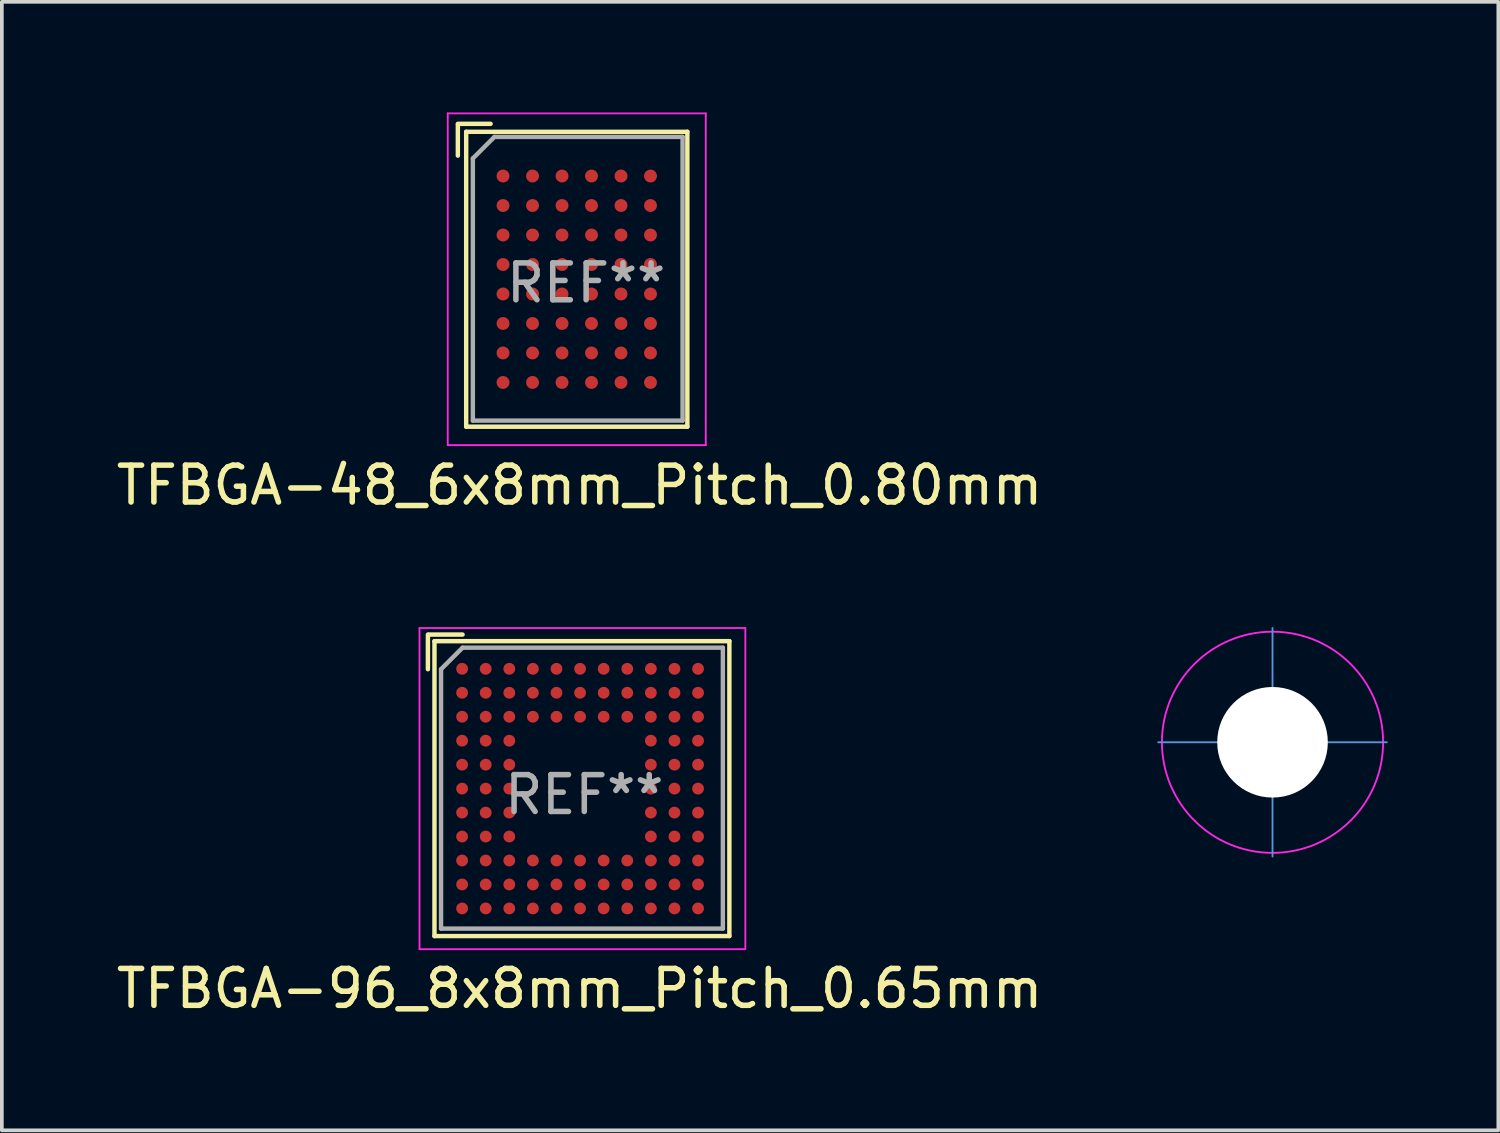
<source format=kicad_pcb>
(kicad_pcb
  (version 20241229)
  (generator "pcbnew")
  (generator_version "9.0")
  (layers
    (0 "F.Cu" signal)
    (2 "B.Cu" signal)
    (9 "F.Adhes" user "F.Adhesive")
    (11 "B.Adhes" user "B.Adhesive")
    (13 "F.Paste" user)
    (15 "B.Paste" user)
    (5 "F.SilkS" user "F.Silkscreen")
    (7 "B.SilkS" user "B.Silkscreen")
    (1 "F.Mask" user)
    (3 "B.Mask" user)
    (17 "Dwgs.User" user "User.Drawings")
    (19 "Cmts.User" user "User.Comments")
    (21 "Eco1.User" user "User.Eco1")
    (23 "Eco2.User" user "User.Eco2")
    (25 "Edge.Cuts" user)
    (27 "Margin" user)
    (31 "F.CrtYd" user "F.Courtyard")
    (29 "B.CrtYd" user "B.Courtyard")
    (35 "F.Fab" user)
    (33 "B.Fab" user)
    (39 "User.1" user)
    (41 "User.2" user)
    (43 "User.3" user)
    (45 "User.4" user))
  (footprint "TFBGA-96_8x8mm_Pitch_0.65mm"
    (layer "F.Cu")
    (at 12.673 18.33)
    (property "Reference" "TFBGA-96_8x8mm_Pitch_0.65mm" (at 0 5.436 0) (layer "F.SilkS") (effects (font (size 1 1) (thickness 0.15))))
    (attr smd)
    (fp_line (start -4.115 -3.226) (end -4.115 -4.166) (stroke (width 0.12) (type solid)) (layer "F.SilkS"))
    (fp_line (start -3.937 -3.987) (end -3.937 4.013) (stroke (width 0.12) (type solid)) (layer "F.SilkS"))
    (fp_line (start -3.937 -3.987) (end 4.063 -3.987) (stroke (width 0.12) (type solid)) (layer "F.SilkS"))
    (fp_line (start -3.937 4.013) (end 4.063 4.013) (stroke (width 0.12) (type solid)) (layer "F.SilkS"))
    (fp_line (start -3.175 -4.166) (end -4.089 -4.166) (stroke (width 0.12) (type solid)) (layer "F.SilkS"))
    (fp_line (start 4.063 4.013) (end 4.063 -3.987) (stroke (width 0.12) (type solid)) (layer "F.SilkS"))
    (fp_line (start -4.343 -4.343) (end -4.343 4.369) (stroke (width 0.05) (type solid)) (layer "F.CrtYd"))
    (fp_line (start -4.343 4.369) (end 4.496 4.369) (stroke (width 0.05) (type solid)) (layer "F.CrtYd"))
    (fp_line (start 4.496 -4.343) (end -4.343 -4.343) (stroke (width 0.05) (type solid)) (layer "F.CrtYd"))
    (fp_line (start 4.496 4.343) (end 4.496 -4.343) (stroke (width 0.05) (type solid)) (layer "F.CrtYd"))
    (fp_line (start -3.759 -3.226) (end -3.759 3.81) (stroke (width 0.12) (type solid)) (layer "F.Fab"))
    (fp_line (start -3.759 3.81) (end 3.886 3.81) (stroke (width 0.12) (type solid)) (layer "F.Fab"))
    (fp_line (start -3.175 -3.81) (end -3.759 -3.226) (stroke (width 0.12) (type solid)) (layer "F.Fab"))
    (fp_line (start 3.886 -3.81) (end -3.175 -3.81) (stroke (width 0.12) (type solid)) (layer "F.Fab"))
    (fp_line (start 3.886 3.81) (end 3.886 -3.81) (stroke (width 0.12) (type solid)) (layer "F.Fab"))
    (fp_text user "REF**" (at 0.127 0.178 0) (layer "F.Fab") (effects (font (size 1 1) (thickness 0.15))))
    (pad "A1" smd circle (at -3.187 -3.237) (size 0.32 0.32) (layers "F.Cu" "F.Mask" "F.Paste"))
    (pad "A2" smd circle (at -2.547 -3.237) (size 0.32 0.32) (layers "F.Cu" "F.Mask" "F.Paste"))
    (pad "A3" smd circle (at -1.907 -3.237) (size 0.32 0.32) (layers "F.Cu" "F.Mask" "F.Paste"))
    (pad "A4" smd circle (at -1.267 -3.237) (size 0.32 0.32) (layers "F.Cu" "F.Mask" "F.Paste"))
    (pad "A5" smd circle (at -0.627 -3.237) (size 0.32 0.32) (layers "F.Cu" "F.Mask" "F.Paste"))
    (pad "A6" smd circle (at 0.013 -3.237) (size 0.32 0.32) (layers "F.Cu" "F.Mask" "F.Paste"))
    (pad "A7" smd circle (at 0.653 -3.237) (size 0.32 0.32) (layers "F.Cu" "F.Mask" "F.Paste"))
    (pad "A8" smd circle (at 1.293 -3.237) (size 0.32 0.32) (layers "F.Cu" "F.Mask" "F.Paste"))
    (pad "A9" smd circle (at 1.933 -3.237) (size 0.32 0.32) (layers "F.Cu" "F.Mask" "F.Paste"))
    (pad "A10" smd circle (at 2.573 -3.237) (size 0.32 0.32) (layers "F.Cu" "F.Mask" "F.Paste"))
    (pad "A11" smd circle (at 3.213 -3.237) (size 0.32 0.32) (layers "F.Cu" "F.Mask" "F.Paste"))
    (pad "B1" smd circle (at -3.187 -2.587) (size 0.32 0.32) (layers "F.Cu" "F.Mask" "F.Paste"))
    (pad "B2" smd circle (at -2.547 -2.587) (size 0.32 0.32) (layers "F.Cu" "F.Mask" "F.Paste"))
    (pad "B3" smd circle (at -1.907 -2.587) (size 0.32 0.32) (layers "F.Cu" "F.Mask" "F.Paste"))
    (pad "B4" smd circle (at -1.267 -2.587) (size 0.32 0.32) (layers "F.Cu" "F.Mask" "F.Paste"))
    (pad "B5" smd circle (at -0.627 -2.587) (size 0.32 0.32) (layers "F.Cu" "F.Mask" "F.Paste"))
    (pad "B6" smd circle (at 0.013 -2.587) (size 0.32 0.32) (layers "F.Cu" "F.Mask" "F.Paste"))
    (pad "B7" smd circle (at 0.653 -2.587) (size 0.32 0.32) (layers "F.Cu" "F.Mask" "F.Paste"))
    (pad "B8" smd circle (at 1.293 -2.587) (size 0.32 0.32) (layers "F.Cu" "F.Mask" "F.Paste"))
    (pad "B9" smd circle (at 1.933 -2.587) (size 0.32 0.32) (layers "F.Cu" "F.Mask" "F.Paste"))
    (pad "B10" smd circle (at 2.573 -2.587) (size 0.32 0.32) (layers "F.Cu" "F.Mask" "F.Paste"))
    (pad "B11" smd circle (at 3.213 -2.587) (size 0.32 0.32) (layers "F.Cu" "F.Mask" "F.Paste"))
    (pad "C1" smd circle (at -3.187 -1.937) (size 0.32 0.32) (layers "F.Cu" "F.Mask" "F.Paste"))
    (pad "C2" smd circle (at -2.547 -1.937) (size 0.32 0.32) (layers "F.Cu" "F.Mask" "F.Paste"))
    (pad "C3" smd circle (at -1.907 -1.937) (size 0.32 0.32) (layers "F.Cu" "F.Mask" "F.Paste"))
    (pad "C4" smd circle (at -1.267 -1.937) (size 0.32 0.32) (layers "F.Cu" "F.Mask" "F.Paste"))
    (pad "C5" smd circle (at -0.627 -1.937) (size 0.32 0.32) (layers "F.Cu" "F.Mask" "F.Paste"))
    (pad "C6" smd circle (at 0.013 -1.937) (size 0.32 0.32) (layers "F.Cu" "F.Mask" "F.Paste"))
    (pad "C7" smd circle (at 0.653 -1.937) (size 0.32 0.32) (layers "F.Cu" "F.Mask" "F.Paste"))
    (pad "C8" smd circle (at 1.293 -1.937) (size 0.32 0.32) (layers "F.Cu" "F.Mask" "F.Paste"))
    (pad "C9" smd circle (at 1.933 -1.937) (size 0.32 0.32) (layers "F.Cu" "F.Mask" "F.Paste"))
    (pad "C10" smd circle (at 2.573 -1.937) (size 0.32 0.32) (layers "F.Cu" "F.Mask" "F.Paste"))
    (pad "C11" smd circle (at 3.213 -1.937) (size 0.32 0.32) (layers "F.Cu" "F.Mask" "F.Paste"))
    (pad "D1" smd circle (at -3.187 -1.287) (size 0.32 0.32) (layers "F.Cu" "F.Mask" "F.Paste"))
    (pad "D2" smd circle (at -2.547 -1.287) (size 0.32 0.32) (layers "F.Cu" "F.Mask" "F.Paste"))
    (pad "D3" smd circle (at -1.907 -1.287) (size 0.32 0.32) (layers "F.Cu" "F.Mask" "F.Paste"))
    (pad "D9" smd circle (at 1.933 -1.287) (size 0.32 0.32) (layers "F.Cu" "F.Mask" "F.Paste"))
    (pad "D10" smd circle (at 2.573 -1.287) (size 0.32 0.32) (layers "F.Cu" "F.Mask" "F.Paste"))
    (pad "D11" smd circle (at 3.213 -1.287) (size 0.32 0.32) (layers "F.Cu" "F.Mask" "F.Paste"))
    (pad "E1" smd circle (at -3.187 -0.637) (size 0.32 0.32) (layers "F.Cu" "F.Mask" "F.Paste"))
    (pad "E2" smd circle (at -2.547 -0.637) (size 0.32 0.32) (layers "F.Cu" "F.Mask" "F.Paste"))
    (pad "E3" smd circle (at -1.907 -0.637) (size 0.32 0.32) (layers "F.Cu" "F.Mask" "F.Paste"))
    (pad "E9" smd circle (at 1.933 -0.637) (size 0.32 0.32) (layers "F.Cu" "F.Mask" "F.Paste"))
    (pad "E10" smd circle (at 2.573 -0.637) (size 0.32 0.32) (layers "F.Cu" "F.Mask" "F.Paste"))
    (pad "E11" smd circle (at 3.213 -0.637) (size 0.32 0.32) (layers "F.Cu" "F.Mask" "F.Paste"))
    (pad "F1" smd circle (at -3.187 0.013) (size 0.32 0.32) (layers "F.Cu" "F.Mask" "F.Paste"))
    (pad "F2" smd circle (at -2.547 0.013) (size 0.32 0.32) (layers "F.Cu" "F.Mask" "F.Paste"))
    (pad "F3" smd circle (at -1.907 0.013) (size 0.32 0.32) (layers "F.Cu" "F.Mask" "F.Paste"))
    (pad "F9" smd circle (at 1.933 0.013) (size 0.32 0.32) (layers "F.Cu" "F.Mask" "F.Paste"))
    (pad "F10" smd circle (at 2.573 0.013) (size 0.32 0.32) (layers "F.Cu" "F.Mask" "F.Paste"))
    (pad "F11" smd circle (at 3.213 0.013) (size 0.32 0.32) (layers "F.Cu" "F.Mask" "F.Paste"))
    (pad "G1" smd circle (at -3.187 0.663) (size 0.32 0.32) (layers "F.Cu" "F.Mask" "F.Paste"))
    (pad "G2" smd circle (at -2.547 0.663) (size 0.32 0.32) (layers "F.Cu" "F.Mask" "F.Paste"))
    (pad "G3" smd circle (at -1.907 0.663) (size 0.32 0.32) (layers "F.Cu" "F.Mask" "F.Paste"))
    (pad "G9" smd circle (at 1.933 0.663) (size 0.32 0.32) (layers "F.Cu" "F.Mask" "F.Paste"))
    (pad "G10" smd circle (at 2.573 0.663) (size 0.32 0.32) (layers "F.Cu" "F.Mask" "F.Paste"))
    (pad "G11" smd circle (at 3.213 0.663) (size 0.32 0.32) (layers "F.Cu" "F.Mask" "F.Paste"))
    (pad "H1" smd circle (at -3.187 1.313) (size 0.32 0.32) (layers "F.Cu" "F.Mask" "F.Paste"))
    (pad "H2" smd circle (at -2.547 1.313) (size 0.32 0.32) (layers "F.Cu" "F.Mask" "F.Paste"))
    (pad "H3" smd circle (at -1.907 1.313) (size 0.32 0.32) (layers "F.Cu" "F.Mask" "F.Paste"))
    (pad "H9" smd circle (at 1.933 1.313) (size 0.32 0.32) (layers "F.Cu" "F.Mask" "F.Paste"))
    (pad "H10" smd circle (at 2.573 1.313) (size 0.32 0.32) (layers "F.Cu" "F.Mask" "F.Paste"))
    (pad "H11" smd circle (at 3.213 1.313) (size 0.32 0.32) (layers "F.Cu" "F.Mask" "F.Paste"))
    (pad "J1" smd circle (at -3.187 1.963) (size 0.32 0.32) (layers "F.Cu" "F.Mask" "F.Paste"))
    (pad "J2" smd circle (at -2.547 1.963) (size 0.32 0.32) (layers "F.Cu" "F.Mask" "F.Paste"))
    (pad "J3" smd circle (at -1.907 1.963) (size 0.32 0.32) (layers "F.Cu" "F.Mask" "F.Paste"))
    (pad "J4" smd circle (at -1.267 1.963) (size 0.32 0.32) (layers "F.Cu" "F.Mask" "F.Paste"))
    (pad "J5" smd circle (at -0.627 1.963) (size 0.32 0.32) (layers "F.Cu" "F.Mask" "F.Paste"))
    (pad "J6" smd circle (at 0.013 1.963) (size 0.32 0.32) (layers "F.Cu" "F.Mask" "F.Paste"))
    (pad "J7" smd circle (at 0.653 1.963) (size 0.32 0.32) (layers "F.Cu" "F.Mask" "F.Paste"))
    (pad "J8" smd circle (at 1.293 1.963) (size 0.32 0.32) (layers "F.Cu" "F.Mask" "F.Paste"))
    (pad "J9" smd circle (at 1.933 1.963) (size 0.32 0.32) (layers "F.Cu" "F.Mask" "F.Paste"))
    (pad "J10" smd circle (at 2.573 1.963) (size 0.32 0.32) (layers "F.Cu" "F.Mask" "F.Paste"))
    (pad "J11" smd circle (at 3.213 1.963) (size 0.32 0.32) (layers "F.Cu" "F.Mask" "F.Paste"))
    (pad "K1" smd circle (at -3.187 2.613) (size 0.32 0.32) (layers "F.Cu" "F.Mask" "F.Paste"))
    (pad "K2" smd circle (at -2.547 2.613) (size 0.32 0.32) (layers "F.Cu" "F.Mask" "F.Paste"))
    (pad "K3" smd circle (at -1.907 2.613) (size 0.32 0.32) (layers "F.Cu" "F.Mask" "F.Paste"))
    (pad "K4" smd circle (at -1.267 2.613) (size 0.32 0.32) (layers "F.Cu" "F.Mask" "F.Paste"))
    (pad "K5" smd circle (at -0.627 2.613) (size 0.32 0.32) (layers "F.Cu" "F.Mask" "F.Paste"))
    (pad "K6" smd circle (at 0.013 2.613) (size 0.32 0.32) (layers "F.Cu" "F.Mask" "F.Paste"))
    (pad "K7" smd circle (at 0.653 2.613) (size 0.32 0.32) (layers "F.Cu" "F.Mask" "F.Paste"))
    (pad "K8" smd circle (at 1.293 2.613) (size 0.32 0.32) (layers "F.Cu" "F.Mask" "F.Paste"))
    (pad "K9" smd circle (at 1.933 2.613) (size 0.32 0.32) (layers "F.Cu" "F.Mask" "F.Paste"))
    (pad "K10" smd circle (at 2.573 2.613) (size 0.32 0.32) (layers "F.Cu" "F.Mask" "F.Paste"))
    (pad "K11" smd circle (at 3.213 2.613) (size 0.32 0.32) (layers "F.Cu" "F.Mask" "F.Paste"))
    (pad "L1" smd circle (at -3.187 3.263) (size 0.32 0.32) (layers "F.Cu" "F.Mask" "F.Paste"))
    (pad "L2" smd circle (at -2.547 3.263) (size 0.32 0.32) (layers "F.Cu" "F.Mask" "F.Paste"))
    (pad "L3" smd circle (at -1.907 3.263) (size 0.32 0.32) (layers "F.Cu" "F.Mask" "F.Paste"))
    (pad "L4" smd circle (at -1.267 3.263) (size 0.32 0.32) (layers "F.Cu" "F.Mask" "F.Paste"))
    (pad "L5" smd circle (at -0.627 3.263) (size 0.32 0.32) (layers "F.Cu" "F.Mask" "F.Paste"))
    (pad "L6" smd circle (at 0.013 3.263) (size 0.32 0.32) (layers "F.Cu" "F.Mask" "F.Paste"))
    (pad "L7" smd circle (at 0.653 3.263) (size 0.32 0.32) (layers "F.Cu" "F.Mask" "F.Paste"))
    (pad "L8" smd circle (at 1.293 3.263) (size 0.32 0.32) (layers "F.Cu" "F.Mask" "F.Paste"))
    (pad "L9" smd circle (at 1.933 3.263) (size 0.32 0.32) (layers "F.Cu" "F.Mask" "F.Paste"))
    (pad "L10" smd circle (at 2.573 3.263) (size 0.32 0.32) (layers "F.Cu" "F.Mask" "F.Paste"))
    (pad "L11" smd circle (at 3.213 3.263) (size 0.32 0.32) (layers "F.Cu" "F.Mask" "F.Paste")))
  (footprint "TFBGA-48_6x8mm_Pitch_0.80mm"
    (layer "F.Cu")
    (at 12.596 4.525)
    (property "Reference" "TFBGA-48_6x8mm_Pitch_0.80mm" (at 0.076 5.588 0) (layer "F.SilkS") (effects (font (size 1 1) (thickness 0.15))))
    (attr smd)
    (fp_line (start -3.226 -4.216) (end -2.337 -4.216) (stroke (width 0.12) (type solid)) (layer "F.SilkS"))
    (fp_line (start -3.226 -3.353) (end -3.226 -4.191) (stroke (width 0.12) (type solid)) (layer "F.SilkS"))
    (fp_line (start -3 -4) (end 3 -4) (stroke (width 0.12) (type solid)) (layer "F.SilkS"))
    (fp_line (start -3 4) (end -3 -4) (stroke (width 0.12) (type solid)) (layer "F.SilkS"))
    (fp_line (start -3 4) (end 3 4) (stroke (width 0.12) (type solid)) (layer "F.SilkS"))
    (fp_line (start 3 4) (end 3 -4) (stroke (width 0.12) (type solid)) (layer "F.SilkS"))
    (fp_line (start -3.5 -4.5) (end -3.5 4.5) (stroke (width 0.05) (type solid)) (layer "F.CrtYd"))
    (fp_line (start -3.5 4.5) (end 3.5 4.5) (stroke (width 0.05) (type solid)) (layer "F.CrtYd"))
    (fp_line (start 3.5 -4.5) (end -3.5 -4.5) (stroke (width 0.05) (type solid)) (layer "F.CrtYd"))
    (fp_line (start 3.5 4.5) (end 3.5 -4.5) (stroke (width 0.05) (type solid)) (layer "F.CrtYd"))
    (fp_line (start -2.819 -3.277) (end -2.819 3.835) (stroke (width 0.12) (type solid)) (layer "F.Fab"))
    (fp_line (start -2.819 3.835) (end 2.87 3.835) (stroke (width 0.12) (type solid)) (layer "F.Fab"))
    (fp_line (start -2.235 -3.861) (end -2.819 -3.277) (stroke (width 0.12) (type solid)) (layer "F.Fab"))
    (fp_line (start 2.87 -3.861) (end -2.235 -3.861) (stroke (width 0.12) (type solid)) (layer "F.Fab"))
    (fp_line (start 2.87 3.835) (end 2.87 -3.861) (stroke (width 0.12) (type solid)) (layer "F.Fab"))
    (fp_text user "REF**" (at 0.254 0.102 0) (layer "F.Fab") (effects (font (size 1 1) (thickness 0.15))))
    (pad "A1" smd circle (at -2 -2.8) (size 0.35 0.35) (layers "F.Cu" "F.Mask" "F.Paste"))
    (pad "A2" smd circle (at -1.2 -2.8) (size 0.35 0.35) (layers "F.Cu" "F.Mask" "F.Paste"))
    (pad "A3" smd circle (at -0.4 -2.8) (size 0.35 0.35) (layers "F.Cu" "F.Mask" "F.Paste"))
    (pad "A4" smd circle (at 0.4 -2.8) (size 0.35 0.35) (layers "F.Cu" "F.Mask" "F.Paste"))
    (pad "A5" smd circle (at 1.2 -2.8) (size 0.35 0.35) (layers "F.Cu" "F.Mask" "F.Paste"))
    (pad "A6" smd circle (at 2 -2.8) (size 0.35 0.35) (layers "F.Cu" "F.Mask" "F.Paste"))
    (pad "B1" smd circle (at -2 -2) (size 0.35 0.35) (layers "F.Cu" "F.Mask" "F.Paste"))
    (pad "B2" smd circle (at -1.2 -2) (size 0.35 0.35) (layers "F.Cu" "F.Mask" "F.Paste"))
    (pad "B3" smd circle (at -0.4 -2) (size 0.35 0.35) (layers "F.Cu" "F.Mask" "F.Paste"))
    (pad "B4" smd circle (at 0.4 -2) (size 0.35 0.35) (layers "F.Cu" "F.Mask" "F.Paste"))
    (pad "B5" smd circle (at 1.2 -2) (size 0.35 0.35) (layers "F.Cu" "F.Mask" "F.Paste"))
    (pad "B6" smd circle (at 2 -2) (size 0.35 0.35) (layers "F.Cu" "F.Mask" "F.Paste"))
    (pad "C1" smd circle (at -2 -1.2) (size 0.35 0.35) (layers "F.Cu" "F.Mask" "F.Paste"))
    (pad "C2" smd circle (at -1.2 -1.2) (size 0.35 0.35) (layers "F.Cu" "F.Mask" "F.Paste"))
    (pad "C3" smd circle (at -0.4 -1.2) (size 0.35 0.35) (layers "F.Cu" "F.Mask" "F.Paste"))
    (pad "C4" smd circle (at 0.4 -1.2) (size 0.35 0.35) (layers "F.Cu" "F.Mask" "F.Paste"))
    (pad "C5" smd circle (at 1.2 -1.2) (size 0.35 0.35) (layers "F.Cu" "F.Mask" "F.Paste"))
    (pad "C6" smd circle (at 2 -1.2) (size 0.35 0.35) (layers "F.Cu" "F.Mask" "F.Paste"))
    (pad "D1" smd circle (at -2 -0.4) (size 0.35 0.35) (layers "F.Cu" "F.Mask" "F.Paste"))
    (pad "D2" smd circle (at -1.2 -0.4) (size 0.35 0.35) (layers "F.Cu" "F.Mask" "F.Paste"))
    (pad "D3" smd circle (at -0.4 -0.4) (size 0.35 0.35) (layers "F.Cu" "F.Mask" "F.Paste"))
    (pad "D4" smd circle (at 0.4 -0.4) (size 0.35 0.35) (layers "F.Cu" "F.Mask" "F.Paste"))
    (pad "D5" smd circle (at 1.2 -0.4) (size 0.35 0.35) (layers "F.Cu" "F.Mask" "F.Paste"))
    (pad "D6" smd circle (at 2 -0.4) (size 0.35 0.35) (layers "F.Cu" "F.Mask" "F.Paste"))
    (pad "E1" smd circle (at -2 0.4) (size 0.35 0.35) (layers "F.Cu" "F.Mask" "F.Paste"))
    (pad "E2" smd circle (at -1.2 0.4) (size 0.35 0.35) (layers "F.Cu" "F.Mask" "F.Paste"))
    (pad "E3" smd circle (at -0.4 0.4) (size 0.35 0.35) (layers "F.Cu" "F.Mask" "F.Paste"))
    (pad "E4" smd circle (at 0.4 0.4) (size 0.35 0.35) (layers "F.Cu" "F.Mask" "F.Paste"))
    (pad "E5" smd circle (at 1.2 0.4) (size 0.35 0.35) (layers "F.Cu" "F.Mask" "F.Paste"))
    (pad "E6" smd circle (at 2 0.4) (size 0.35 0.35) (layers "F.Cu" "F.Mask" "F.Paste"))
    (pad "F1" smd circle (at -2 1.2) (size 0.35 0.35) (layers "F.Cu" "F.Mask" "F.Paste"))
    (pad "F2" smd circle (at -1.2 1.2) (size 0.35 0.35) (layers "F.Cu" "F.Mask" "F.Paste"))
    (pad "F3" smd circle (at -0.4 1.2) (size 0.35 0.35) (layers "F.Cu" "F.Mask" "F.Paste"))
    (pad "F4" smd circle (at 0.4 1.2) (size 0.35 0.35) (layers "F.Cu" "F.Mask" "F.Paste"))
    (pad "F5" smd circle (at 1.2 1.2) (size 0.35 0.35) (layers "F.Cu" "F.Mask" "F.Paste"))
    (pad "F6" smd circle (at 2 1.2) (size 0.35 0.35) (layers "F.Cu" "F.Mask" "F.Paste"))
    (pad "G1" smd circle (at -2 2) (size 0.35 0.35) (layers "F.Cu" "F.Mask" "F.Paste"))
    (pad "G2" smd circle (at -1.2 2) (size 0.35 0.35) (layers "F.Cu" "F.Mask" "F.Paste"))
    (pad "G3" smd circle (at -0.4 2) (size 0.35 0.35) (layers "F.Cu" "F.Mask" "F.Paste"))
    (pad "G4" smd circle (at 0.4 2) (size 0.35 0.35) (layers "F.Cu" "F.Mask" "F.Paste"))
    (pad "G5" smd circle (at 1.2 2) (size 0.35 0.35) (layers "F.Cu" "F.Mask" "F.Paste"))
    (pad "G6" smd circle (at 2 2) (size 0.35 0.35) (layers "F.Cu" "F.Mask" "F.Paste"))
    (pad "H1" smd circle (at -2 2.8) (size 0.35 0.35) (layers "F.Cu" "F.Mask" "F.Paste"))
    (pad "H2" smd circle (at -1.2 2.8) (size 0.35 0.35) (layers "F.Cu" "F.Mask" "F.Paste"))
    (pad "H3" smd circle (at -0.4 2.8) (size 0.35 0.35) (layers "F.Cu" "F.Mask" "F.Paste"))
    (pad "H4" smd circle (at 0.4 2.8) (size 0.35 0.35) (layers "F.Cu" "F.Mask" "F.Paste"))
    (pad "H5" smd circle (at 1.2 2.8) (size 0.35 0.35) (layers "F.Cu" "F.Mask" "F.Paste"))
    (pad "H6" smd circle (at 2 2.8) (size 0.35 0.35) (layers "F.Cu" "F.Mask" "F.Paste")))
  (footprint "z_MountNPTH_3.0mm"
    (layer "F.Cu")
    (at 31.47 17.086)
    (property "Reference" "z_MountNPTH_3.0mm" (at 0 0.125 0) (layer "F.Fab") (effects (font (size 0.1 0.1) (thickness 0.01))))
    (attr through_hole)
    (fp_line (start -3.1 0) (end 3.1 0) (stroke (width 0.05) (type solid)) (layer "Cmts.User"))
    (fp_line (start 0 -3.1) (end 0 3.1) (stroke (width 0.05) (type solid)) (layer "Cmts.User"))
    (fp_circle (center 0 0) (end 3 0) (stroke (width 0.05) (type solid)) (fill no) (layer "F.CrtYd"))
    (fp_text user "${REFERENCE}" (at 0 1.85 180) (layer "Eco1.User") (effects (font (size 0.3 0.3) (thickness 0.03))))
    (pad "" np_thru_hole circle (at 0 0) (size 3 3) (drill 3) (layers "*.Cu" "*.Mask")))
  (gr_rect
    (start -3 -3)
    (end 37.595 27.613)
    (stroke (width 0.1) (type default))
    (fill no)
    (layer "Edge.Cuts")))
</source>
